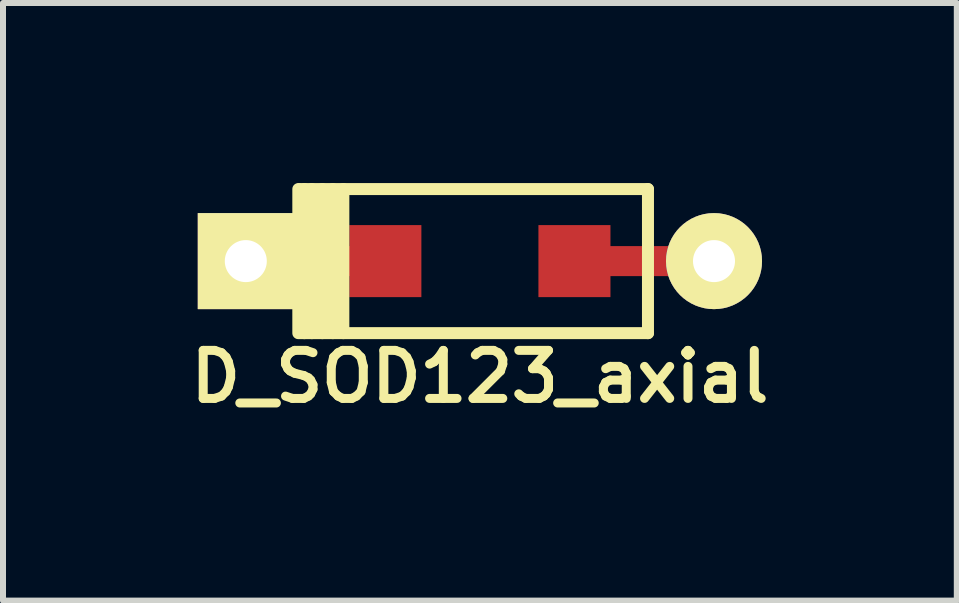
<source format=kicad_pcb>
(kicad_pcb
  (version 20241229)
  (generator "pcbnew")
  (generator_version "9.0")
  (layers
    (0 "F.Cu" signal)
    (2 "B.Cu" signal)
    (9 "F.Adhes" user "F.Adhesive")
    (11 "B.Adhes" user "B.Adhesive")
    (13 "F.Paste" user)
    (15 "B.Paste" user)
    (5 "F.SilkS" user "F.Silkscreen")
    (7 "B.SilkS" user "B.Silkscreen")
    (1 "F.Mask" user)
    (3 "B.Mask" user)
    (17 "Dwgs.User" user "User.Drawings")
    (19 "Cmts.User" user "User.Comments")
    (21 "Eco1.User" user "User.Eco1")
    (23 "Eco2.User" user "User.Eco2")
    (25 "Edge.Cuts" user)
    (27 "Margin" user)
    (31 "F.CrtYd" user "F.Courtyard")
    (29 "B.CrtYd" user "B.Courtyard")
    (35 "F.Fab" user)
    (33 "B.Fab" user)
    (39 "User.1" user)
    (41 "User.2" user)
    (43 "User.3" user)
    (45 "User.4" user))
  (footprint "D_SOD123_axial"
    (layer "F.Cu")
    (at 4.945 1.3)
    (property "Reference" "D_SOD123_axial" (at 0 1.925 0) (layer "F.SilkS") (effects (font (size 0.8 0.8) (thickness 0.15))))
    (attr smd)
    (fp_line (start -3.025 1.2) (end -3.025 -1.2) (stroke (width 0.2) (type solid)) (layer "F.SilkS"))
    (fp_line (start -3 -1.2) (end 2.8 -1.2) (stroke (width 0.2) (type solid)) (layer "F.SilkS"))
    (fp_line (start -2.925 -1.2) (end -2.925 1.2) (stroke (width 0.2) (type solid)) (layer "F.SilkS"))
    (fp_line (start -2.8 -1.2) (end -2.8 1.2) (stroke (width 0.2) (type solid)) (layer "F.SilkS"))
    (fp_line (start -2.625 -1.2) (end -2.625 1.2) (stroke (width 0.2) (type solid)) (layer "F.SilkS"))
    (fp_line (start -2.45 -1.2) (end -2.45 1.2) (stroke (width 0.2) (type solid)) (layer "F.SilkS"))
    (fp_line (start -2.275 -1.2) (end -2.275 1.2) (stroke (width 0.2) (type solid)) (layer "F.SilkS"))
    (fp_line (start 2.8 -1.2) (end 2.8 1.2) (stroke (width 0.2) (type solid)) (layer "F.SilkS"))
    (fp_line (start 2.8 1.2) (end -3 1.2) (stroke (width 0.2) (type solid)) (layer "F.SilkS"))
    (pad "1" thru_hole rect (at -3.9 0) (size 1.6 1.6) (drill 0.7) (layers "*.Cu" "*.Mask" "F.SilkS"))
    (pad "1" smd rect (at -2.7 0) (size 2.5 0.5) (layers "F.Cu"))
    (pad "1" smd rect (at -1.575 0) (size 1.2 1.2) (layers "F.Cu" "F.Mask" "F.Paste"))
    (pad "2" smd rect (at 1.575 0) (size 1.2 1.2) (layers "F.Cu" "F.Mask" "F.Paste"))
    (pad "2" smd rect (at 2.7 0) (size 2.5 0.5) (layers "F.Cu"))
    (pad "2" thru_hole circle (at 3.9 0) (size 1.6 1.6) (drill 0.7) (layers "*.Cu" "*.Mask" "F.SilkS")))
  (gr_rect
    (start -3 -3)
    (end 12.89 6.956)
    (stroke (width 0.1) (type default))
    (fill no)
    (layer "Edge.Cuts")))
</source>
